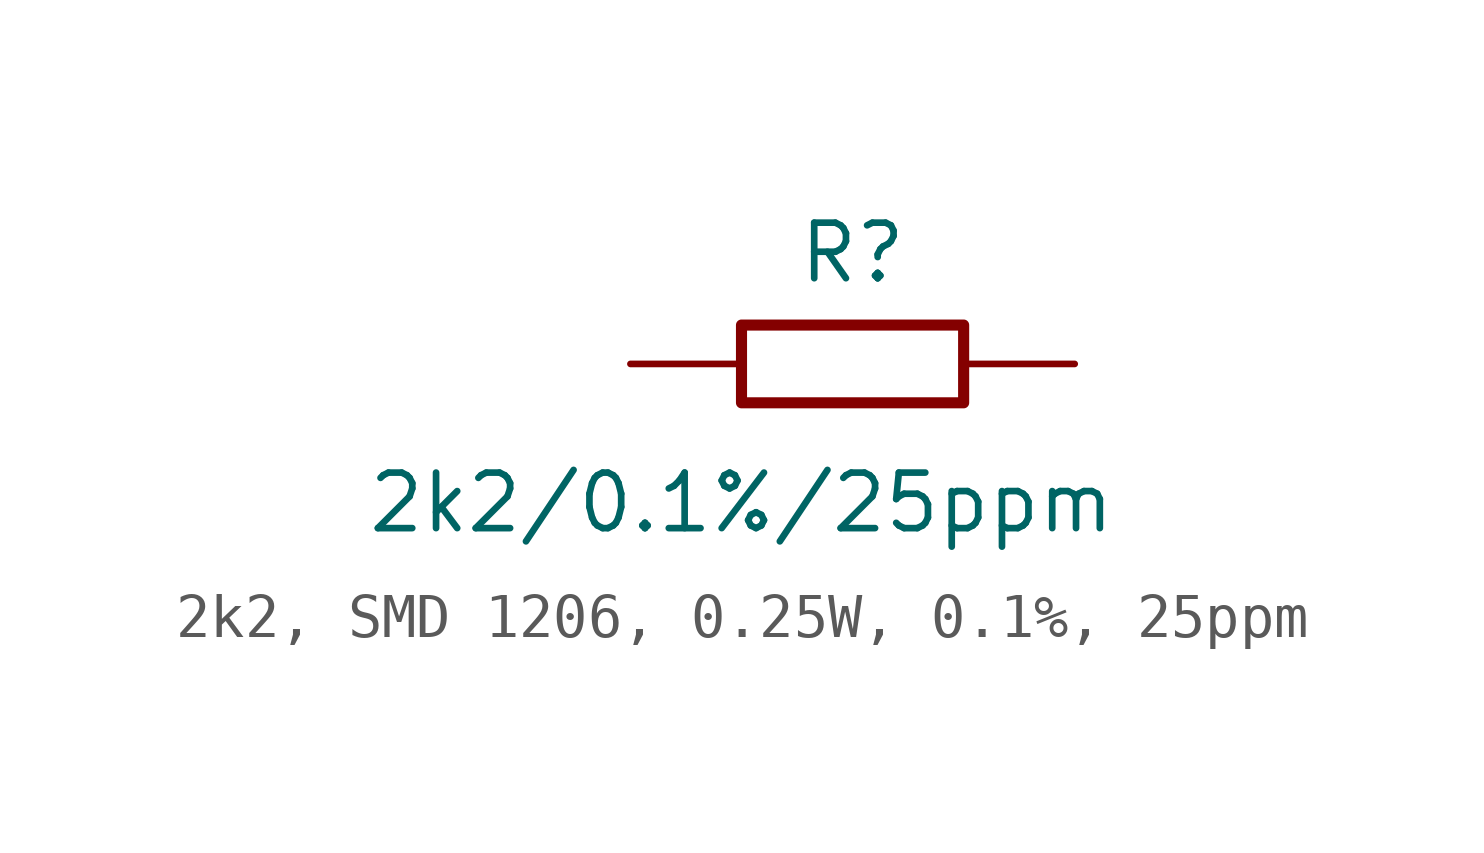
<source format=kicad_sym>
(kicad_symbol_lib
  (version 20241209)
  (generator "kicad_symbol_editor")
  (generator_version "9.0")
  (symbol "2k2, SMD 1206, 0.25W, 0.1%, 25ppm"
    (pin_numbers
      (hide yes))
    (pin_names
      (offset 0)
      (hide yes))
    (property "Reference" "R"
      (at 0 2.54 0)
      (effects (font (size 1.27 1.27))))
    (property "Value" "2k2/0.1%/25ppm"
      (at -2.54 -3.175 0)
      (effects (font (size 1.27 1.27))))
    (symbol "2k2, SMD 1206, 0.25W, 0.1%, 25ppm_0_1"
      (rectangle (start -2.54 0.889) (end 2.54 -0.889) (stroke (width 0.254) (type default)) (fill (type none))))
    (symbol "2k2, SMD 1206, 0.25W, 0.1%, 25ppm_1_1"
      (pin passive line (at -5.08 0 0) (length 2.54) (name "1" (effects (font (size 1.27 1.27)))) (number "1" (effects (font (size 1.27 1.27)))))
      (pin passive line (at 5.08 0 180) (length 2.54) (name "2" (effects (font (size 1.27 1.27)))) (number "2" (effects (font (size 1.27 1.27))))))))
</source>
